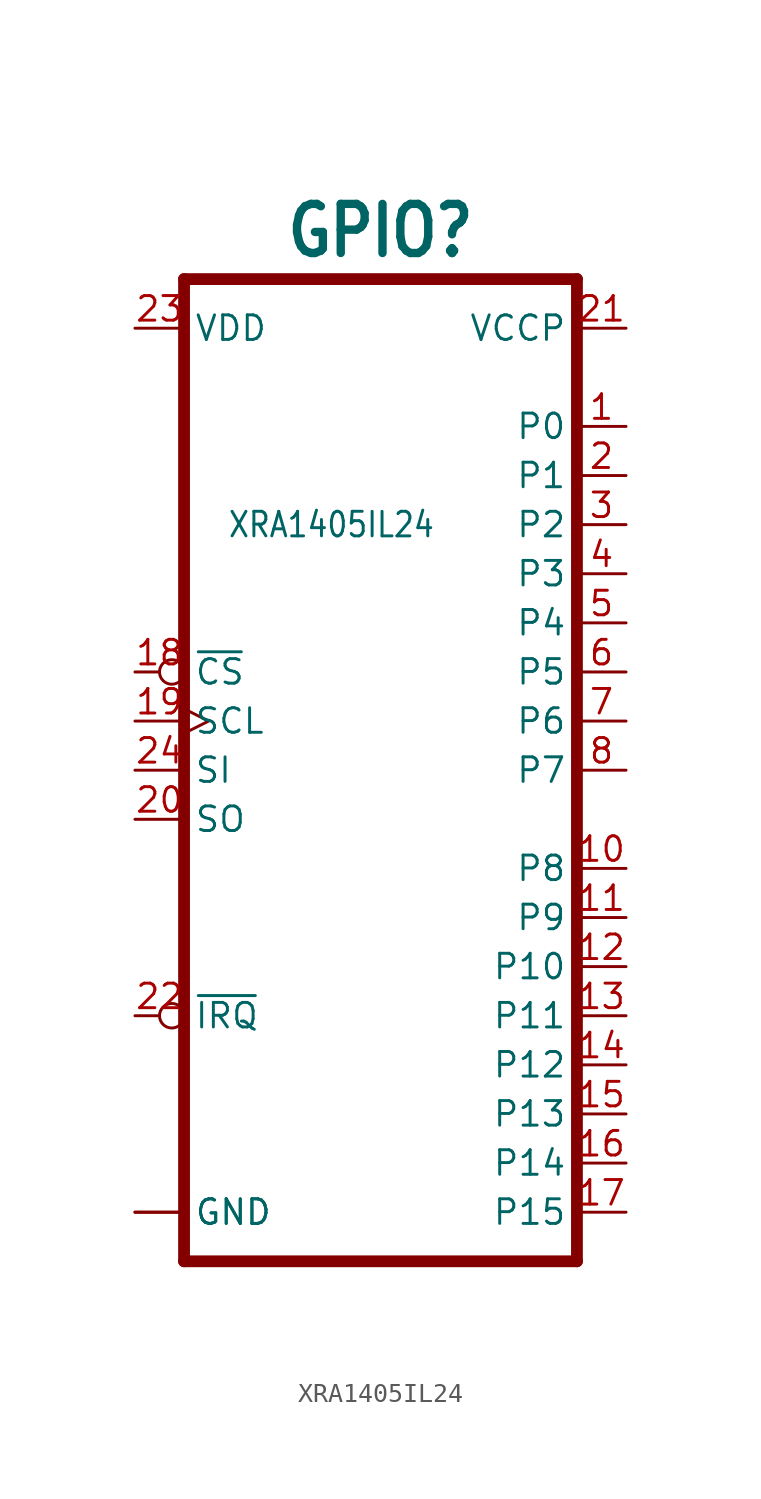
<source format=kicad_sym>
(kicad_symbol_lib
  (version 20211014)
  (generator kicad_symbol_editor)
  (symbol "XRA1405IL24"
    (property "Reference" "GPIO"
      (at 0 28.956 0)
      (effects (font (size 2.54 2.159) bold) (justify bottom)))
    (property "Value" "XRA1405IL24"
      (at -2.54 15.24 0)
      (effects (font (size 1.27 1.079))))
    (property "ki_locked" ""
      (at 0 0 0)
      (effects (font (size 1.27 1.27))))
    (symbol "XRA1405IL24_1_0"
      (polyline (pts (xy -10.16 -22.86) (xy -10.16 27.94)) (stroke (width 0.61) (type default) (color 0 0 0 0)) (fill (type none)))
      (polyline (pts (xy -10.16 27.94) (xy 10.16 27.94)) (stroke (width 0.61) (type default) (color 0 0 0 0)) (fill (type none)))
      (polyline (pts (xy 10.16 -22.86) (xy -10.16 -22.86)) (stroke (width 0.61) (type default) (color 0 0 0 0)) (fill (type none)))
      (polyline (pts (xy 10.16 27.94) (xy 10.16 -22.86)) (stroke (width 0.61) (type default) (color 0 0 0 0)) (fill (type none)))
      (pin bidirectional line (at 12.7 20.32 180) (length 2.54) (name "P0" (effects (font (size 1.27 1.27)))) (number "1" (effects (font (size 1.27 1.27)))))
      (pin bidirectional line (at 12.7 -2.54 180) (length 2.54) (name "P8" (effects (font (size 1.27 1.27)))) (number "10" (effects (font (size 1.27 1.27)))))
      (pin bidirectional line (at 12.7 -5.08 180) (length 2.54) (name "P9" (effects (font (size 1.27 1.27)))) (number "11" (effects (font (size 1.27 1.27)))))
      (pin bidirectional line (at 12.7 -7.62 180) (length 2.54) (name "P10" (effects (font (size 1.27 1.27)))) (number "12" (effects (font (size 1.27 1.27)))))
      (pin bidirectional line (at 12.7 -10.16 180) (length 2.54) (name "P11" (effects (font (size 1.27 1.27)))) (number "13" (effects (font (size 1.27 1.27)))))
      (pin bidirectional line (at 12.7 -12.7 180) (length 2.54) (name "P12" (effects (font (size 1.27 1.27)))) (number "14" (effects (font (size 1.27 1.27)))))
      (pin bidirectional line (at 12.7 -15.24 180) (length 2.54) (name "P13" (effects (font (size 1.27 1.27)))) (number "15" (effects (font (size 1.27 1.27)))))
      (pin bidirectional line (at 12.7 -17.78 180) (length 2.54) (name "P14" (effects (font (size 1.27 1.27)))) (number "16" (effects (font (size 1.27 1.27)))))
      (pin bidirectional line (at 12.7 -20.32 180) (length 2.54) (name "P15" (effects (font (size 1.27 1.27)))) (number "17" (effects (font (size 1.27 1.27)))))
      (pin input inverted (at -12.7 7.62 0) (length 2.54) (name "~{CS}" (effects (font (size 1.27 1.27)))) (number "18" (effects (font (size 1.27 1.27)))))
      (pin input clock (at -12.7 5.08 0) (length 2.54) (name "SCL" (effects (font (size 1.27 1.27)))) (number "19" (effects (font (size 1.27 1.27)))))
      (pin bidirectional line (at 12.7 17.78 180) (length 2.54) (name "P1" (effects (font (size 1.27 1.27)))) (number "2" (effects (font (size 1.27 1.27)))))
      (pin output line (at -12.7 0 0) (length 2.54) (name "SO" (effects (font (size 1.27 1.27)))) (number "20" (effects (font (size 1.27 1.27)))))
      (pin power_in line (at 12.7 25.4 180) (length 2.54) (name "VCCP" (effects (font (size 1.27 1.27)))) (number "21" (effects (font (size 1.27 1.27)))))
      (pin output inverted (at -12.7 -10.16 0) (length 2.54) (name "~{IRQ}" (effects (font (size 1.27 1.27)))) (number "22" (effects (font (size 1.27 1.27)))))
      (pin power_in line (at -12.7 25.4 0) (length 2.54) (name "VDD" (effects (font (size 1.27 1.27)))) (number "23" (effects (font (size 1.27 1.27)))))
      (pin input line (at -12.7 2.54 0) (length 2.54) (name "SI" (effects (font (size 1.27 1.27)))) (number "24" (effects (font (size 1.27 1.27)))))
      (pin bidirectional line (at 12.7 15.24 180) (length 2.54) (name "P2" (effects (font (size 1.27 1.27)))) (number "3" (effects (font (size 1.27 1.27)))))
      (pin bidirectional line (at 12.7 12.7 180) (length 2.54) (name "P3" (effects (font (size 1.27 1.27)))) (number "4" (effects (font (size 1.27 1.27)))))
      (pin bidirectional line (at 12.7 10.16 180) (length 2.54) (name "P4" (effects (font (size 1.27 1.27)))) (number "5" (effects (font (size 1.27 1.27)))))
      (pin bidirectional line (at 12.7 7.62 180) (length 2.54) (name "P5" (effects (font (size 1.27 1.27)))) (number "6" (effects (font (size 1.27 1.27)))))
      (pin bidirectional line (at 12.7 5.08 180) (length 2.54) (name "P6" (effects (font (size 1.27 1.27)))) (number "7" (effects (font (size 1.27 1.27)))))
      (pin bidirectional line (at 12.7 2.54 180) (length 2.54) (name "P7" (effects (font (size 1.27 1.27)))) (number "8" (effects (font (size 1.27 1.27)))))
      (pin power_in line (at -12.7 -20.32 0) (length 2.54) (name "GND" (effects (font (size 1.27 1.27)))) (number "9" (effects (font (size 0 0)))))
      (pin power_in line (at -12.7 -20.32 0) (length 2.54) (name "GND" (effects (font (size 1.27 1.27)))) (number "PAD" (effects (font (size 0 0))))))))
</source>
